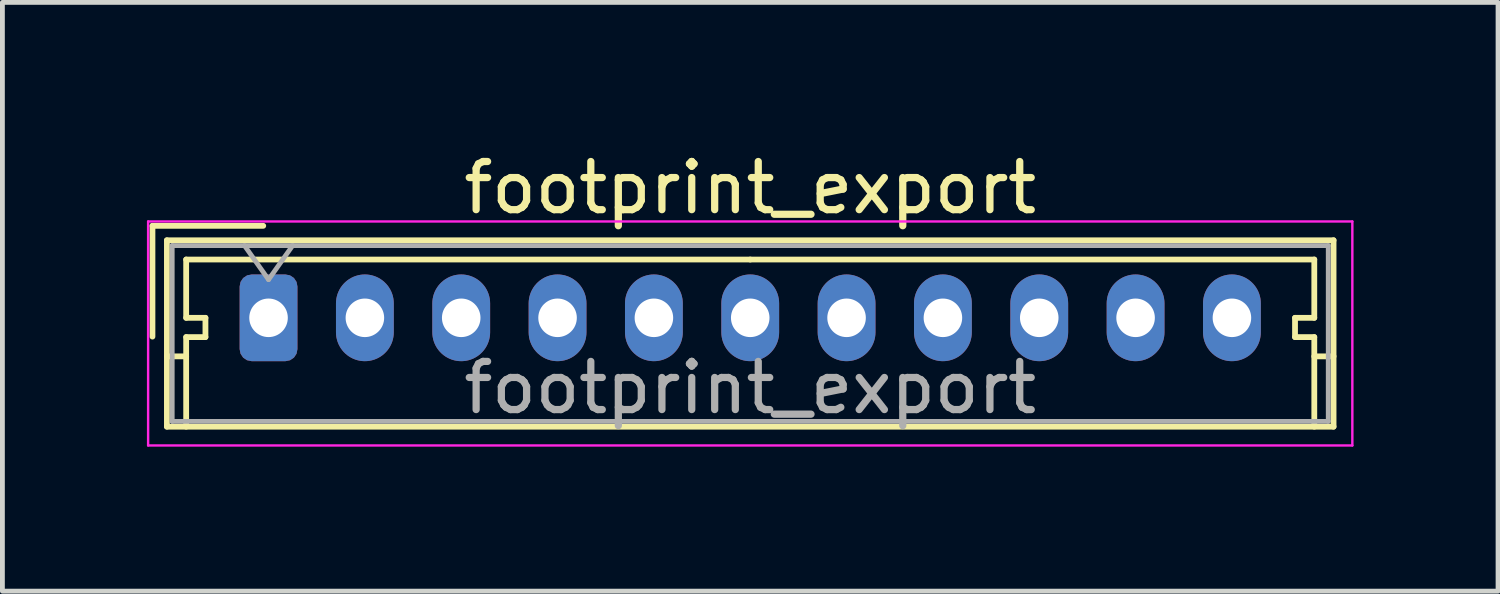
<source format=kicad_pcb>
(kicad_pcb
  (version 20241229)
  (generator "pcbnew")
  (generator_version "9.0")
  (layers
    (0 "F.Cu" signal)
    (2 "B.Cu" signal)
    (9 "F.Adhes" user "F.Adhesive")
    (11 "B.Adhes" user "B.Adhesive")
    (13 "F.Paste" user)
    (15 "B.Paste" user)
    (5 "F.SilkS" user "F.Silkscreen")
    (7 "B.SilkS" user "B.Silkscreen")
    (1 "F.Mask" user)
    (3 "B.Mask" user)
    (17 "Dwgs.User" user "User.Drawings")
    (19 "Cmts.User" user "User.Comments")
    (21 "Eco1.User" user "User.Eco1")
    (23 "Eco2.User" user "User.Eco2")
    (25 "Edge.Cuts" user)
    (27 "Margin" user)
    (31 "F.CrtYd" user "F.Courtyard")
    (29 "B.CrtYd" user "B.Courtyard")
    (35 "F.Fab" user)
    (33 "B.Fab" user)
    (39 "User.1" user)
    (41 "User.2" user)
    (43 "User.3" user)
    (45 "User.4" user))
  (footprint "footprint_export"
    (layer "F.Cu")
    (at 2.525 3.548)
    (property "Reference" "footprint_export" (at 10 -2.7 0) (layer "F.SilkS") (effects (font (size 1 1) (thickness 0.15))))
    (attr through_hole)
    (fp_line (start -2.41 -1.91) (end -2.41 0.39) (stroke (width 0.12) (type solid)) (layer "F.SilkS"))
    (fp_line (start -2.11 -1.61) (end -2.11 2.26) (stroke (width 0.12) (type solid)) (layer "F.SilkS"))
    (fp_line (start -2.11 0.8) (end -1.71 0.8) (stroke (width 0.12) (type solid)) (layer "F.SilkS"))
    (fp_line (start -2.11 2.26) (end 22.11 2.26) (stroke (width 0.12) (type solid)) (layer "F.SilkS"))
    (fp_line (start -1.71 -1.21) (end -1.71 0) (stroke (width 0.12) (type solid)) (layer "F.SilkS"))
    (fp_line (start -1.71 0) (end -1.31 0) (stroke (width 0.12) (type solid)) (layer "F.SilkS"))
    (fp_line (start -1.71 0.4) (end -1.71 2.26) (stroke (width 0.12) (type solid)) (layer "F.SilkS"))
    (fp_line (start -1.31 0) (end -1.31 0.4) (stroke (width 0.12) (type solid)) (layer "F.SilkS"))
    (fp_line (start -1.31 0.4) (end -1.71 0.4) (stroke (width 0.12) (type solid)) (layer "F.SilkS"))
    (fp_line (start -0.11 -1.91) (end -2.41 -1.91) (stroke (width 0.12) (type solid)) (layer "F.SilkS"))
    (fp_line (start 10 -1.21) (end -1.71 -1.21) (stroke (width 0.12) (type solid)) (layer "F.SilkS"))
    (fp_line (start 10 -1.21) (end 21.71 -1.21) (stroke (width 0.12) (type solid)) (layer "F.SilkS"))
    (fp_line (start 21.31 0) (end 21.31 0.4) (stroke (width 0.12) (type solid)) (layer "F.SilkS"))
    (fp_line (start 21.31 0.4) (end 21.71 0.4) (stroke (width 0.12) (type solid)) (layer "F.SilkS"))
    (fp_line (start 21.71 -1.21) (end 21.71 0) (stroke (width 0.12) (type solid)) (layer "F.SilkS"))
    (fp_line (start 21.71 0) (end 21.31 0) (stroke (width 0.12) (type solid)) (layer "F.SilkS"))
    (fp_line (start 21.71 0.4) (end 21.71 2.26) (stroke (width 0.12) (type solid)) (layer "F.SilkS"))
    (fp_line (start 22.11 -1.61) (end -2.11 -1.61) (stroke (width 0.12) (type solid)) (layer "F.SilkS"))
    (fp_line (start 22.11 0.8) (end 21.71 0.8) (stroke (width 0.12) (type solid)) (layer "F.SilkS"))
    (fp_line (start 22.11 2.26) (end 22.11 -1.61) (stroke (width 0.12) (type solid)) (layer "F.SilkS"))
    (fp_line (start -2.5 -2) (end -2.5 2.65) (stroke (width 0.05) (type solid)) (layer "F.CrtYd"))
    (fp_line (start -2.5 2.65) (end 22.5 2.65) (stroke (width 0.05) (type solid)) (layer "F.CrtYd"))
    (fp_line (start 22.5 -2) (end -2.5 -2) (stroke (width 0.05) (type solid)) (layer "F.CrtYd"))
    (fp_line (start 22.5 2.65) (end 22.5 -2) (stroke (width 0.05) (type solid)) (layer "F.CrtYd"))
    (fp_line (start -2 -1.5) (end -2 2.15) (stroke (width 0.1) (type solid)) (layer "F.Fab"))
    (fp_line (start -2 2.15) (end 22 2.15) (stroke (width 0.1) (type solid)) (layer "F.Fab"))
    (fp_line (start -0.5 -1.5) (end 0 -0.793) (stroke (width 0.1) (type solid)) (layer "F.Fab"))
    (fp_line (start 0 -0.793) (end 0.5 -1.5) (stroke (width 0.1) (type solid)) (layer "F.Fab"))
    (fp_line (start 22 -1.5) (end -2 -1.5) (stroke (width 0.1) (type solid)) (layer "F.Fab"))
    (fp_line (start 22 2.15) (end 22 -1.5) (stroke (width 0.1) (type solid)) (layer "F.Fab"))
    (fp_text user "${REFERENCE}" (at 10 1.45 0) (layer "F.Fab") (effects (font (size 1 1) (thickness 0.15))))
    (pad "1" thru_hole roundrect (at 0 0) (size 1.2 1.8) (drill 0.8) (layers "*.Cu" "*.Mask") (roundrect_rratio 0.208))
    (pad "2" thru_hole oval (at 2 0) (size 1.2 1.8) (drill 0.8) (layers "*.Cu" "*.Mask"))
    (pad "3" thru_hole oval (at 4 0) (size 1.2 1.8) (drill 0.8) (layers "*.Cu" "*.Mask"))
    (pad "4" thru_hole oval (at 6 0) (size 1.2 1.8) (drill 0.8) (layers "*.Cu" "*.Mask"))
    (pad "5" thru_hole oval (at 8 0) (size 1.2 1.8) (drill 0.8) (layers "*.Cu" "*.Mask"))
    (pad "6" thru_hole oval (at 10 0) (size 1.2 1.8) (drill 0.8) (layers "*.Cu" "*.Mask"))
    (pad "7" thru_hole oval (at 12 0) (size 1.2 1.8) (drill 0.8) (layers "*.Cu" "*.Mask"))
    (pad "8" thru_hole oval (at 14 0) (size 1.2 1.8) (drill 0.8) (layers "*.Cu" "*.Mask"))
    (pad "9" thru_hole oval (at 16 0) (size 1.2 1.8) (drill 0.8) (layers "*.Cu" "*.Mask"))
    (pad "10" thru_hole oval (at 18 0) (size 1.2 1.8) (drill 0.8) (layers "*.Cu" "*.Mask"))
    (pad "11" thru_hole oval (at 20 0) (size 1.2 1.8) (drill 0.8) (layers "*.Cu" "*.Mask")))
  (gr_rect
    (start -3 -3)
    (end 28.05 9.223)
    (stroke (width 0.1) (type default))
    (fill no)
    (layer "Edge.Cuts")))
</source>
